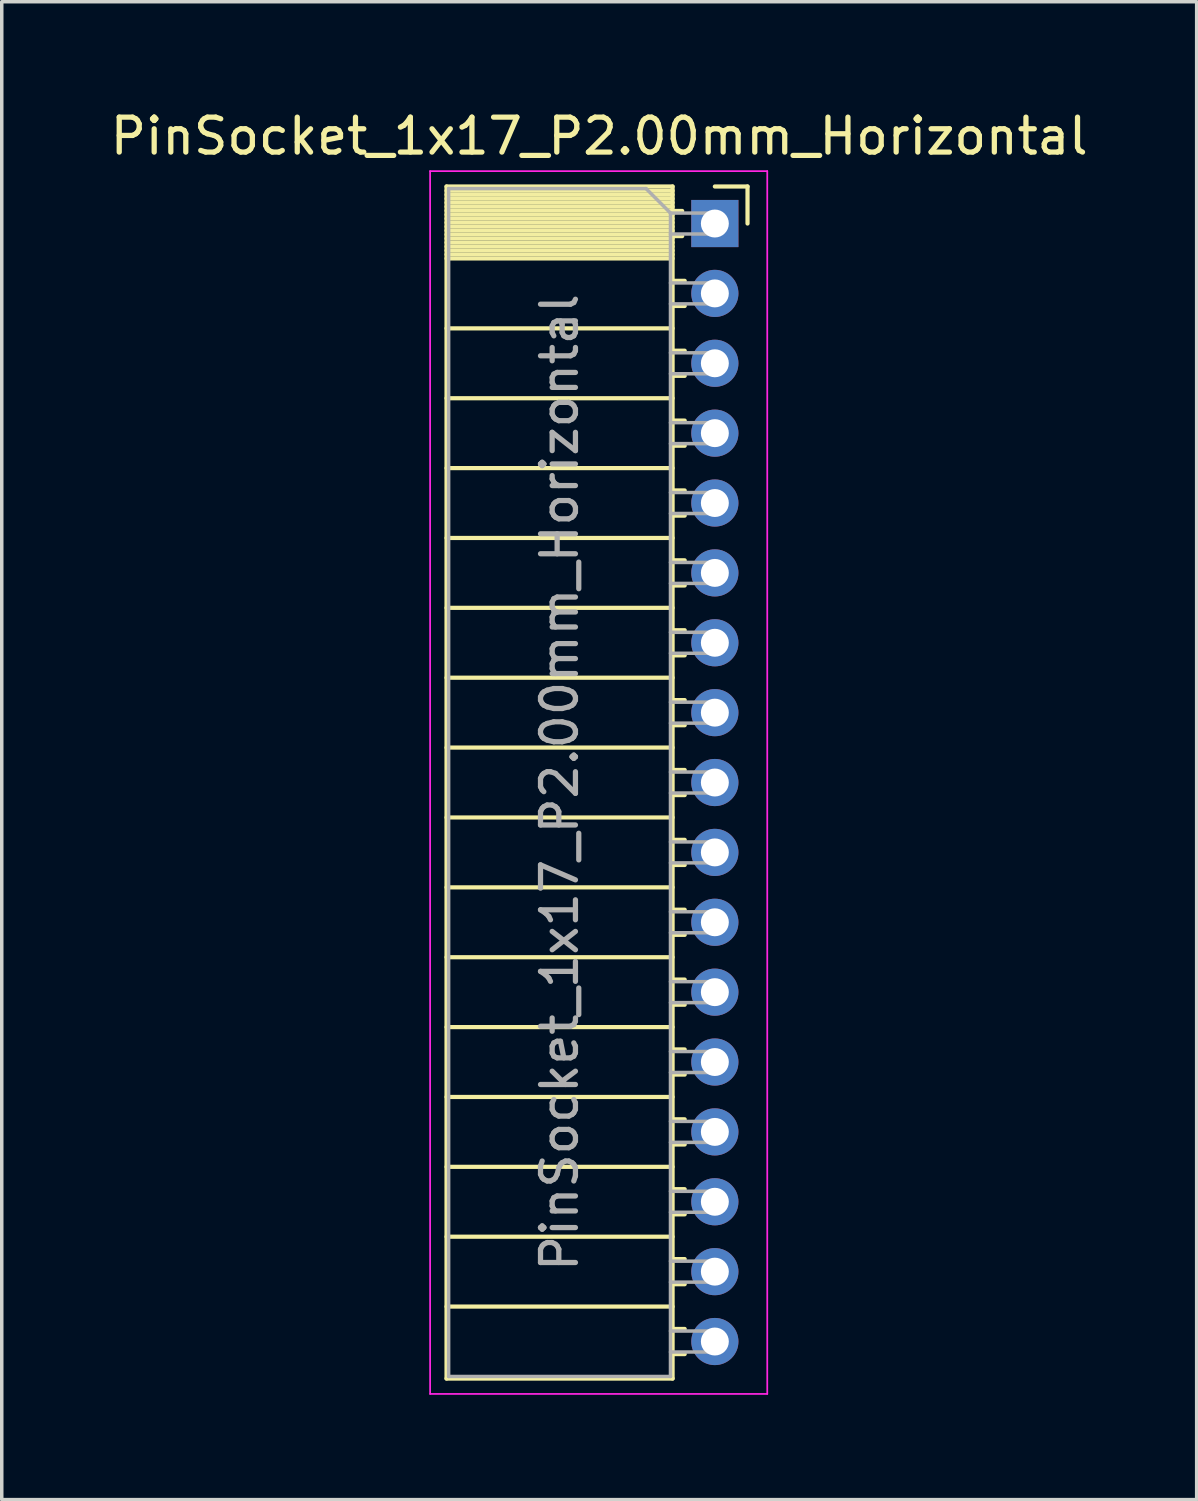
<source format=kicad_pcb>
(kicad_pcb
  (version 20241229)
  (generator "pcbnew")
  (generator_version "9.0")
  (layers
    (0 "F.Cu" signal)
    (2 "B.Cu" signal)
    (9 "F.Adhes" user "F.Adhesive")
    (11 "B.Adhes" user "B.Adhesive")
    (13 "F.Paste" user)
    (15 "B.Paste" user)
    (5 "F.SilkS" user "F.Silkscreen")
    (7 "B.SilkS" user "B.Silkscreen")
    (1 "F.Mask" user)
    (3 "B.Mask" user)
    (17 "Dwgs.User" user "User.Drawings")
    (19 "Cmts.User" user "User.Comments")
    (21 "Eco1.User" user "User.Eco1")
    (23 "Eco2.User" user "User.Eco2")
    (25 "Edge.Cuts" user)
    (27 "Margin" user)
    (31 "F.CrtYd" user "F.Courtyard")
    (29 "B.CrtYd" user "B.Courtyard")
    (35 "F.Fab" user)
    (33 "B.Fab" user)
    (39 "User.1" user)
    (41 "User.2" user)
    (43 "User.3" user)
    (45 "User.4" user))
  (footprint "PinSocket_1x17_P2.00mm_Horizontal"
    (layer "F.Cu")
    (at 17.411 3.348)
    (property "Reference" "PinSocket_1x17_P2.00mm_Horizontal" (at -3.31 -2.5 0) (layer "F.SilkS") (effects (font (size 1 1) (thickness 0.15))))
    (attr through_hole)
    (fp_line (start -7.68 -1.06) (end -7.68 33.06) (stroke (width 0.12) (type solid)) (layer "F.SilkS"))
    (fp_line (start -7.68 -1.06) (end -1.21 -1.06) (stroke (width 0.12) (type solid)) (layer "F.SilkS"))
    (fp_line (start -7.68 -0.94) (end -1.21 -0.94) (stroke (width 0.12) (type solid)) (layer "F.SilkS"))
    (fp_line (start -7.68 -0.826) (end -1.21 -0.826) (stroke (width 0.12) (type solid)) (layer "F.SilkS"))
    (fp_line (start -7.68 -0.712) (end -1.21 -0.712) (stroke (width 0.12) (type solid)) (layer "F.SilkS"))
    (fp_line (start -7.68 -0.598) (end -1.21 -0.598) (stroke (width 0.12) (type solid)) (layer "F.SilkS"))
    (fp_line (start -7.68 -0.484) (end -1.21 -0.484) (stroke (width 0.12) (type solid)) (layer "F.SilkS"))
    (fp_line (start -7.68 -0.369) (end -1.21 -0.369) (stroke (width 0.12) (type solid)) (layer "F.SilkS"))
    (fp_line (start -7.68 -0.255) (end -1.21 -0.255) (stroke (width 0.12) (type solid)) (layer "F.SilkS"))
    (fp_line (start -7.68 -0.141) (end -1.21 -0.141) (stroke (width 0.12) (type solid)) (layer "F.SilkS"))
    (fp_line (start -7.68 -0.027) (end -1.21 -0.027) (stroke (width 0.12) (type solid)) (layer "F.SilkS"))
    (fp_line (start -7.68 0.087) (end -1.21 0.087) (stroke (width 0.12) (type solid)) (layer "F.SilkS"))
    (fp_line (start -7.68 0.201) (end -1.21 0.201) (stroke (width 0.12) (type solid)) (layer "F.SilkS"))
    (fp_line (start -7.68 0.315) (end -1.21 0.315) (stroke (width 0.12) (type solid)) (layer "F.SilkS"))
    (fp_line (start -7.68 0.429) (end -1.21 0.429) (stroke (width 0.12) (type solid)) (layer "F.SilkS"))
    (fp_line (start -7.68 0.544) (end -1.21 0.544) (stroke (width 0.12) (type solid)) (layer "F.SilkS"))
    (fp_line (start -7.68 0.658) (end -1.21 0.658) (stroke (width 0.12) (type solid)) (layer "F.SilkS"))
    (fp_line (start -7.68 0.772) (end -1.21 0.772) (stroke (width 0.12) (type solid)) (layer "F.SilkS"))
    (fp_line (start -7.68 0.886) (end -1.21 0.886) (stroke (width 0.12) (type solid)) (layer "F.SilkS"))
    (fp_line (start -7.68 1) (end -1.21 1) (stroke (width 0.12) (type solid)) (layer "F.SilkS"))
    (fp_line (start -7.68 3) (end -1.21 3) (stroke (width 0.12) (type solid)) (layer "F.SilkS"))
    (fp_line (start -7.68 5) (end -1.21 5) (stroke (width 0.12) (type solid)) (layer "F.SilkS"))
    (fp_line (start -7.68 7) (end -1.21 7) (stroke (width 0.12) (type solid)) (layer "F.SilkS"))
    (fp_line (start -7.68 9) (end -1.21 9) (stroke (width 0.12) (type solid)) (layer "F.SilkS"))
    (fp_line (start -7.68 11) (end -1.21 11) (stroke (width 0.12) (type solid)) (layer "F.SilkS"))
    (fp_line (start -7.68 13) (end -1.21 13) (stroke (width 0.12) (type solid)) (layer "F.SilkS"))
    (fp_line (start -7.68 15) (end -1.21 15) (stroke (width 0.12) (type solid)) (layer "F.SilkS"))
    (fp_line (start -7.68 17) (end -1.21 17) (stroke (width 0.12) (type solid)) (layer "F.SilkS"))
    (fp_line (start -7.68 19) (end -1.21 19) (stroke (width 0.12) (type solid)) (layer "F.SilkS"))
    (fp_line (start -7.68 21) (end -1.21 21) (stroke (width 0.12) (type solid)) (layer "F.SilkS"))
    (fp_line (start -7.68 23) (end -1.21 23) (stroke (width 0.12) (type solid)) (layer "F.SilkS"))
    (fp_line (start -7.68 25) (end -1.21 25) (stroke (width 0.12) (type solid)) (layer "F.SilkS"))
    (fp_line (start -7.68 27) (end -1.21 27) (stroke (width 0.12) (type solid)) (layer "F.SilkS"))
    (fp_line (start -7.68 29) (end -1.21 29) (stroke (width 0.12) (type solid)) (layer "F.SilkS"))
    (fp_line (start -7.68 31) (end -1.21 31) (stroke (width 0.12) (type solid)) (layer "F.SilkS"))
    (fp_line (start -7.68 33.06) (end -1.21 33.06) (stroke (width 0.12) (type solid)) (layer "F.SilkS"))
    (fp_line (start -1.21 -1.06) (end -1.21 33.06) (stroke (width 0.12) (type solid)) (layer "F.SilkS"))
    (fp_line (start -1.21 -0.36) (end -0.935 -0.36) (stroke (width 0.12) (type solid)) (layer "F.SilkS"))
    (fp_line (start -1.21 0.36) (end -0.935 0.36) (stroke (width 0.12) (type solid)) (layer "F.SilkS"))
    (fp_line (start -1.21 1.64) (end -0.863 1.64) (stroke (width 0.12) (type solid)) (layer "F.SilkS"))
    (fp_line (start -1.21 2.36) (end -0.863 2.36) (stroke (width 0.12) (type solid)) (layer "F.SilkS"))
    (fp_line (start -1.21 3.64) (end -0.863 3.64) (stroke (width 0.12) (type solid)) (layer "F.SilkS"))
    (fp_line (start -1.21 4.36) (end -0.863 4.36) (stroke (width 0.12) (type solid)) (layer "F.SilkS"))
    (fp_line (start -1.21 5.64) (end -0.863 5.64) (stroke (width 0.12) (type solid)) (layer "F.SilkS"))
    (fp_line (start -1.21 6.36) (end -0.863 6.36) (stroke (width 0.12) (type solid)) (layer "F.SilkS"))
    (fp_line (start -1.21 7.64) (end -0.863 7.64) (stroke (width 0.12) (type solid)) (layer "F.SilkS"))
    (fp_line (start -1.21 8.36) (end -0.863 8.36) (stroke (width 0.12) (type solid)) (layer "F.SilkS"))
    (fp_line (start -1.21 9.64) (end -0.863 9.64) (stroke (width 0.12) (type solid)) (layer "F.SilkS"))
    (fp_line (start -1.21 10.36) (end -0.863 10.36) (stroke (width 0.12) (type solid)) (layer "F.SilkS"))
    (fp_line (start -1.21 11.64) (end -0.863 11.64) (stroke (width 0.12) (type solid)) (layer "F.SilkS"))
    (fp_line (start -1.21 12.36) (end -0.863 12.36) (stroke (width 0.12) (type solid)) (layer "F.SilkS"))
    (fp_line (start -1.21 13.64) (end -0.863 13.64) (stroke (width 0.12) (type solid)) (layer "F.SilkS"))
    (fp_line (start -1.21 14.36) (end -0.863 14.36) (stroke (width 0.12) (type solid)) (layer "F.SilkS"))
    (fp_line (start -1.21 15.64) (end -0.863 15.64) (stroke (width 0.12) (type solid)) (layer "F.SilkS"))
    (fp_line (start -1.21 16.36) (end -0.863 16.36) (stroke (width 0.12) (type solid)) (layer "F.SilkS"))
    (fp_line (start -1.21 17.64) (end -0.863 17.64) (stroke (width 0.12) (type solid)) (layer "F.SilkS"))
    (fp_line (start -1.21 18.36) (end -0.863 18.36) (stroke (width 0.12) (type solid)) (layer "F.SilkS"))
    (fp_line (start -1.21 19.64) (end -0.863 19.64) (stroke (width 0.12) (type solid)) (layer "F.SilkS"))
    (fp_line (start -1.21 20.36) (end -0.863 20.36) (stroke (width 0.12) (type solid)) (layer "F.SilkS"))
    (fp_line (start -1.21 21.64) (end -0.863 21.64) (stroke (width 0.12) (type solid)) (layer "F.SilkS"))
    (fp_line (start -1.21 22.36) (end -0.863 22.36) (stroke (width 0.12) (type solid)) (layer "F.SilkS"))
    (fp_line (start -1.21 23.64) (end -0.863 23.64) (stroke (width 0.12) (type solid)) (layer "F.SilkS"))
    (fp_line (start -1.21 24.36) (end -0.863 24.36) (stroke (width 0.12) (type solid)) (layer "F.SilkS"))
    (fp_line (start -1.21 25.64) (end -0.863 25.64) (stroke (width 0.12) (type solid)) (layer "F.SilkS"))
    (fp_line (start -1.21 26.36) (end -0.863 26.36) (stroke (width 0.12) (type solid)) (layer "F.SilkS"))
    (fp_line (start -1.21 27.64) (end -0.863 27.64) (stroke (width 0.12) (type solid)) (layer "F.SilkS"))
    (fp_line (start -1.21 28.36) (end -0.863 28.36) (stroke (width 0.12) (type solid)) (layer "F.SilkS"))
    (fp_line (start -1.21 29.64) (end -0.863 29.64) (stroke (width 0.12) (type solid)) (layer "F.SilkS"))
    (fp_line (start -1.21 30.36) (end -0.863 30.36) (stroke (width 0.12) (type solid)) (layer "F.SilkS"))
    (fp_line (start -1.21 31.64) (end -0.863 31.64) (stroke (width 0.12) (type solid)) (layer "F.SilkS"))
    (fp_line (start -1.21 32.36) (end -0.863 32.36) (stroke (width 0.12) (type solid)) (layer "F.SilkS"))
    (fp_line (start 0 -1.06) (end 0.935 -1.06) (stroke (width 0.12) (type solid)) (layer "F.SilkS"))
    (fp_line (start 0.935 -1.06) (end 0.935 0) (stroke (width 0.12) (type solid)) (layer "F.SilkS"))
    (fp_line (start -8.15 -1.5) (end -8.15 33.5) (stroke (width 0.05) (type solid)) (layer "F.CrtYd"))
    (fp_line (start -8.15 33.5) (end 1.5 33.5) (stroke (width 0.05) (type solid)) (layer "F.CrtYd"))
    (fp_line (start 1.5 -1.5) (end -8.15 -1.5) (stroke (width 0.05) (type solid)) (layer "F.CrtYd"))
    (fp_line (start 1.5 33.5) (end 1.5 -1.5) (stroke (width 0.05) (type solid)) (layer "F.CrtYd"))
    (fp_line (start -7.62 -1) (end -1.97 -1) (stroke (width 0.1) (type solid)) (layer "F.Fab"))
    (fp_line (start -7.62 33) (end -7.62 -1) (stroke (width 0.1) (type solid)) (layer "F.Fab"))
    (fp_line (start -1.97 -1) (end -1.27 -0.3) (stroke (width 0.1) (type solid)) (layer "F.Fab"))
    (fp_line (start -1.27 -0.3) (end -1.27 33) (stroke (width 0.1) (type solid)) (layer "F.Fab"))
    (fp_line (start -1.27 0.3) (end 0 0.3) (stroke (width 0.1) (type solid)) (layer "F.Fab"))
    (fp_line (start -1.27 2.3) (end 0 2.3) (stroke (width 0.1) (type solid)) (layer "F.Fab"))
    (fp_line (start -1.27 4.3) (end 0 4.3) (stroke (width 0.1) (type solid)) (layer "F.Fab"))
    (fp_line (start -1.27 6.3) (end 0 6.3) (stroke (width 0.1) (type solid)) (layer "F.Fab"))
    (fp_line (start -1.27 8.3) (end 0 8.3) (stroke (width 0.1) (type solid)) (layer "F.Fab"))
    (fp_line (start -1.27 10.3) (end 0 10.3) (stroke (width 0.1) (type solid)) (layer "F.Fab"))
    (fp_line (start -1.27 12.3) (end 0 12.3) (stroke (width 0.1) (type solid)) (layer "F.Fab"))
    (fp_line (start -1.27 14.3) (end 0 14.3) (stroke (width 0.1) (type solid)) (layer "F.Fab"))
    (fp_line (start -1.27 16.3) (end 0 16.3) (stroke (width 0.1) (type solid)) (layer "F.Fab"))
    (fp_line (start -1.27 18.3) (end 0 18.3) (stroke (width 0.1) (type solid)) (layer "F.Fab"))
    (fp_line (start -1.27 20.3) (end 0 20.3) (stroke (width 0.1) (type solid)) (layer "F.Fab"))
    (fp_line (start -1.27 22.3) (end 0 22.3) (stroke (width 0.1) (type solid)) (layer "F.Fab"))
    (fp_line (start -1.27 24.3) (end 0 24.3) (stroke (width 0.1) (type solid)) (layer "F.Fab"))
    (fp_line (start -1.27 26.3) (end 0 26.3) (stroke (width 0.1) (type solid)) (layer "F.Fab"))
    (fp_line (start -1.27 28.3) (end 0 28.3) (stroke (width 0.1) (type solid)) (layer "F.Fab"))
    (fp_line (start -1.27 30.3) (end 0 30.3) (stroke (width 0.1) (type solid)) (layer "F.Fab"))
    (fp_line (start -1.27 32.3) (end 0 32.3) (stroke (width 0.1) (type solid)) (layer "F.Fab"))
    (fp_line (start -1.27 33) (end -7.62 33) (stroke (width 0.1) (type solid)) (layer "F.Fab"))
    (fp_line (start 0 -0.3) (end -1.27 -0.3) (stroke (width 0.1) (type solid)) (layer "F.Fab"))
    (fp_line (start 0 0.3) (end 0 -0.3) (stroke (width 0.1) (type solid)) (layer "F.Fab"))
    (fp_line (start 0 1.7) (end -1.27 1.7) (stroke (width 0.1) (type solid)) (layer "F.Fab"))
    (fp_line (start 0 2.3) (end 0 1.7) (stroke (width 0.1) (type solid)) (layer "F.Fab"))
    (fp_line (start 0 3.7) (end -1.27 3.7) (stroke (width 0.1) (type solid)) (layer "F.Fab"))
    (fp_line (start 0 4.3) (end 0 3.7) (stroke (width 0.1) (type solid)) (layer "F.Fab"))
    (fp_line (start 0 5.7) (end -1.27 5.7) (stroke (width 0.1) (type solid)) (layer "F.Fab"))
    (fp_line (start 0 6.3) (end 0 5.7) (stroke (width 0.1) (type solid)) (layer "F.Fab"))
    (fp_line (start 0 7.7) (end -1.27 7.7) (stroke (width 0.1) (type solid)) (layer "F.Fab"))
    (fp_line (start 0 8.3) (end 0 7.7) (stroke (width 0.1) (type solid)) (layer "F.Fab"))
    (fp_line (start 0 9.7) (end -1.27 9.7) (stroke (width 0.1) (type solid)) (layer "F.Fab"))
    (fp_line (start 0 10.3) (end 0 9.7) (stroke (width 0.1) (type solid)) (layer "F.Fab"))
    (fp_line (start 0 11.7) (end -1.27 11.7) (stroke (width 0.1) (type solid)) (layer "F.Fab"))
    (fp_line (start 0 12.3) (end 0 11.7) (stroke (width 0.1) (type solid)) (layer "F.Fab"))
    (fp_line (start 0 13.7) (end -1.27 13.7) (stroke (width 0.1) (type solid)) (layer "F.Fab"))
    (fp_line (start 0 14.3) (end 0 13.7) (stroke (width 0.1) (type solid)) (layer "F.Fab"))
    (fp_line (start 0 15.7) (end -1.27 15.7) (stroke (width 0.1) (type solid)) (layer "F.Fab"))
    (fp_line (start 0 16.3) (end 0 15.7) (stroke (width 0.1) (type solid)) (layer "F.Fab"))
    (fp_line (start 0 17.7) (end -1.27 17.7) (stroke (width 0.1) (type solid)) (layer "F.Fab"))
    (fp_line (start 0 18.3) (end 0 17.7) (stroke (width 0.1) (type solid)) (layer "F.Fab"))
    (fp_line (start 0 19.7) (end -1.27 19.7) (stroke (width 0.1) (type solid)) (layer "F.Fab"))
    (fp_line (start 0 20.3) (end 0 19.7) (stroke (width 0.1) (type solid)) (layer "F.Fab"))
    (fp_line (start 0 21.7) (end -1.27 21.7) (stroke (width 0.1) (type solid)) (layer "F.Fab"))
    (fp_line (start 0 22.3) (end 0 21.7) (stroke (width 0.1) (type solid)) (layer "F.Fab"))
    (fp_line (start 0 23.7) (end -1.27 23.7) (stroke (width 0.1) (type solid)) (layer "F.Fab"))
    (fp_line (start 0 24.3) (end 0 23.7) (stroke (width 0.1) (type solid)) (layer "F.Fab"))
    (fp_line (start 0 25.7) (end -1.27 25.7) (stroke (width 0.1) (type solid)) (layer "F.Fab"))
    (fp_line (start 0 26.3) (end 0 25.7) (stroke (width 0.1) (type solid)) (layer "F.Fab"))
    (fp_line (start 0 27.7) (end -1.27 27.7) (stroke (width 0.1) (type solid)) (layer "F.Fab"))
    (fp_line (start 0 28.3) (end 0 27.7) (stroke (width 0.1) (type solid)) (layer "F.Fab"))
    (fp_line (start 0 29.7) (end -1.27 29.7) (stroke (width 0.1) (type solid)) (layer "F.Fab"))
    (fp_line (start 0 30.3) (end 0 29.7) (stroke (width 0.1) (type solid)) (layer "F.Fab"))
    (fp_line (start 0 31.7) (end -1.27 31.7) (stroke (width 0.1) (type solid)) (layer "F.Fab"))
    (fp_line (start 0 32.3) (end 0 31.7) (stroke (width 0.1) (type solid)) (layer "F.Fab"))
    (fp_text user "${REFERENCE}" (at -4.445 16 90) (layer "F.Fab") (effects (font (size 1 1) (thickness 0.15))))
    (pad "1" thru_hole rect (at 0 0) (size 1.35 1.35) (drill 0.8) (layers "*.Cu" "*.Mask"))
    (pad "2" thru_hole oval (at 0 2) (size 1.35 1.35) (drill 0.8) (layers "*.Cu" "*.Mask"))
    (pad "3" thru_hole oval (at 0 4) (size 1.35 1.35) (drill 0.8) (layers "*.Cu" "*.Mask"))
    (pad "4" thru_hole oval (at 0 6) (size 1.35 1.35) (drill 0.8) (layers "*.Cu" "*.Mask"))
    (pad "5" thru_hole oval (at 0 8) (size 1.35 1.35) (drill 0.8) (layers "*.Cu" "*.Mask"))
    (pad "6" thru_hole oval (at 0 10) (size 1.35 1.35) (drill 0.8) (layers "*.Cu" "*.Mask"))
    (pad "7" thru_hole oval (at 0 12) (size 1.35 1.35) (drill 0.8) (layers "*.Cu" "*.Mask"))
    (pad "8" thru_hole oval (at 0 14) (size 1.35 1.35) (drill 0.8) (layers "*.Cu" "*.Mask"))
    (pad "9" thru_hole oval (at 0 16) (size 1.35 1.35) (drill 0.8) (layers "*.Cu" "*.Mask"))
    (pad "10" thru_hole oval (at 0 18) (size 1.35 1.35) (drill 0.8) (layers "*.Cu" "*.Mask"))
    (pad "11" thru_hole oval (at 0 20) (size 1.35 1.35) (drill 0.8) (layers "*.Cu" "*.Mask"))
    (pad "12" thru_hole oval (at 0 22) (size 1.35 1.35) (drill 0.8) (layers "*.Cu" "*.Mask"))
    (pad "13" thru_hole oval (at 0 24) (size 1.35 1.35) (drill 0.8) (layers "*.Cu" "*.Mask"))
    (pad "14" thru_hole oval (at 0 26) (size 1.35 1.35) (drill 0.8) (layers "*.Cu" "*.Mask"))
    (pad "15" thru_hole oval (at 0 28) (size 1.35 1.35) (drill 0.8) (layers "*.Cu" "*.Mask"))
    (pad "16" thru_hole oval (at 0 30) (size 1.35 1.35) (drill 0.8) (layers "*.Cu" "*.Mask"))
    (pad "17" thru_hole oval (at 0 32) (size 1.35 1.35) (drill 0.8) (layers "*.Cu" "*.Mask")))
  (gr_rect
    (start -3 -3)
    (end 31.202 39.873)
    (stroke (width 0.1) (type default))
    (fill no)
    (layer "Edge.Cuts")))
</source>
